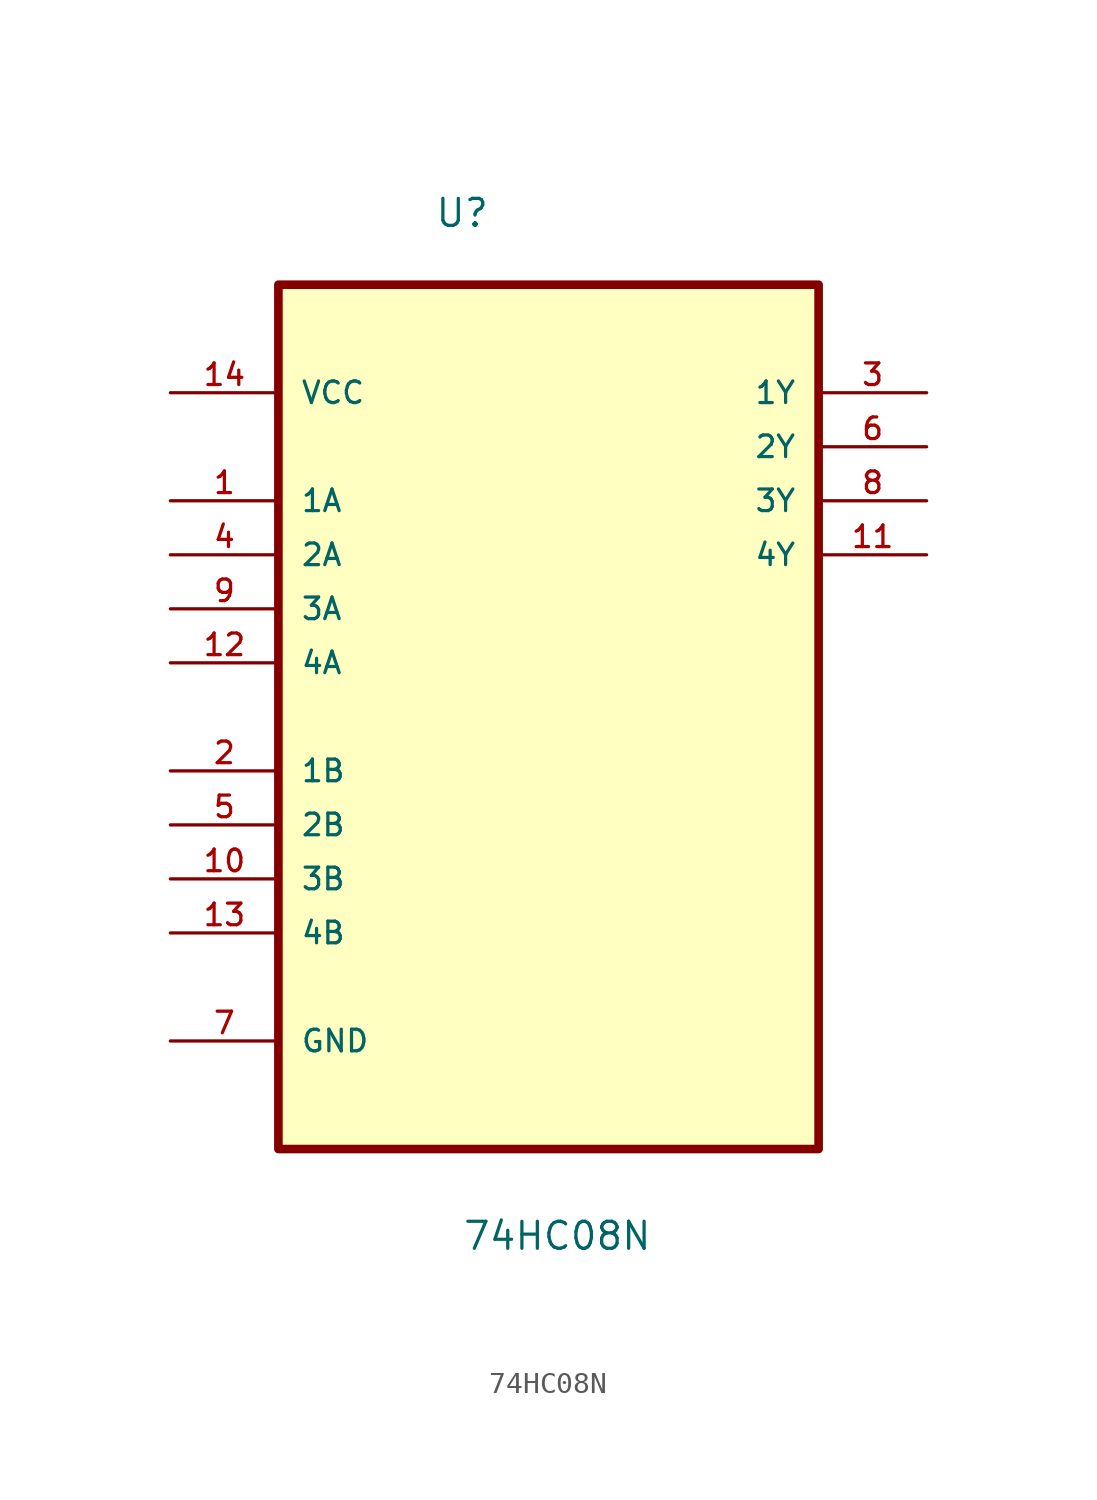
<source format=kicad_sym>
(kicad_symbol_lib
  (version 20211014)
  (generator kicad_symbol_editor)
  (symbol "74HC08N"
    (pin_names
      (offset 1.016))
    (property "Reference" "U"
      (at -5.369 20.406 0.0)
      (effects (font (size 1.27 1.27)) (justify bottom left)))
    (property "Value" "74HC08N"
      (at -4.072 -27.69 0.0)
      (effects (font (size 1.27 1.27)) (justify bottom left)))
    (symbol "74HC08N_0_0"
      (rectangle (start -12.7 -22.86) (end 12.7 17.78) (stroke (width 0.406)) (fill (type background)))
      (pin power_in line (at -17.78 12.7 0) (length 5.08) (name "VCC" (effects (font (size 1.016 1.016)))) (number "14" (effects (font (size 1.016 1.016)))))
      (pin input line (at -17.78 7.62 0) (length 5.08) (name "1A" (effects (font (size 1.016 1.016)))) (number "1" (effects (font (size 1.016 1.016)))))
      (pin input line (at -17.78 5.08 0) (length 5.08) (name "2A" (effects (font (size 1.016 1.016)))) (number "4" (effects (font (size 1.016 1.016)))))
      (pin input line (at -17.78 2.54 0) (length 5.08) (name "3A" (effects (font (size 1.016 1.016)))) (number "9" (effects (font (size 1.016 1.016)))))
      (pin input line (at -17.78 0.0 0) (length 5.08) (name "4A" (effects (font (size 1.016 1.016)))) (number "12" (effects (font (size 1.016 1.016)))))
      (pin input line (at -17.78 -5.08 0) (length 5.08) (name "1B" (effects (font (size 1.016 1.016)))) (number "2" (effects (font (size 1.016 1.016)))))
      (pin input line (at -17.78 -7.62 0) (length 5.08) (name "2B" (effects (font (size 1.016 1.016)))) (number "5" (effects (font (size 1.016 1.016)))))
      (pin input line (at -17.78 -10.16 0) (length 5.08) (name "3B" (effects (font (size 1.016 1.016)))) (number "10" (effects (font (size 1.016 1.016)))))
      (pin input line (at -17.78 -12.7 0) (length 5.08) (name "4B" (effects (font (size 1.016 1.016)))) (number "13" (effects (font (size 1.016 1.016)))))
      (pin passive line (at -17.78 -17.78 0) (length 5.08) (name "GND" (effects (font (size 1.016 1.016)))) (number "7" (effects (font (size 1.016 1.016)))))
      (pin output line (at 17.78 12.7 180.0) (length 5.08) (name "1Y" (effects (font (size 1.016 1.016)))) (number "3" (effects (font (size 1.016 1.016)))))
      (pin output line (at 17.78 10.16 180.0) (length 5.08) (name "2Y" (effects (font (size 1.016 1.016)))) (number "6" (effects (font (size 1.016 1.016)))))
      (pin output line (at 17.78 7.62 180.0) (length 5.08) (name "3Y" (effects (font (size 1.016 1.016)))) (number "8" (effects (font (size 1.016 1.016)))))
      (pin output line (at 17.78 5.08 180.0) (length 5.08) (name "4Y" (effects (font (size 1.016 1.016)))) (number "11" (effects (font (size 1.016 1.016))))))))
</source>
